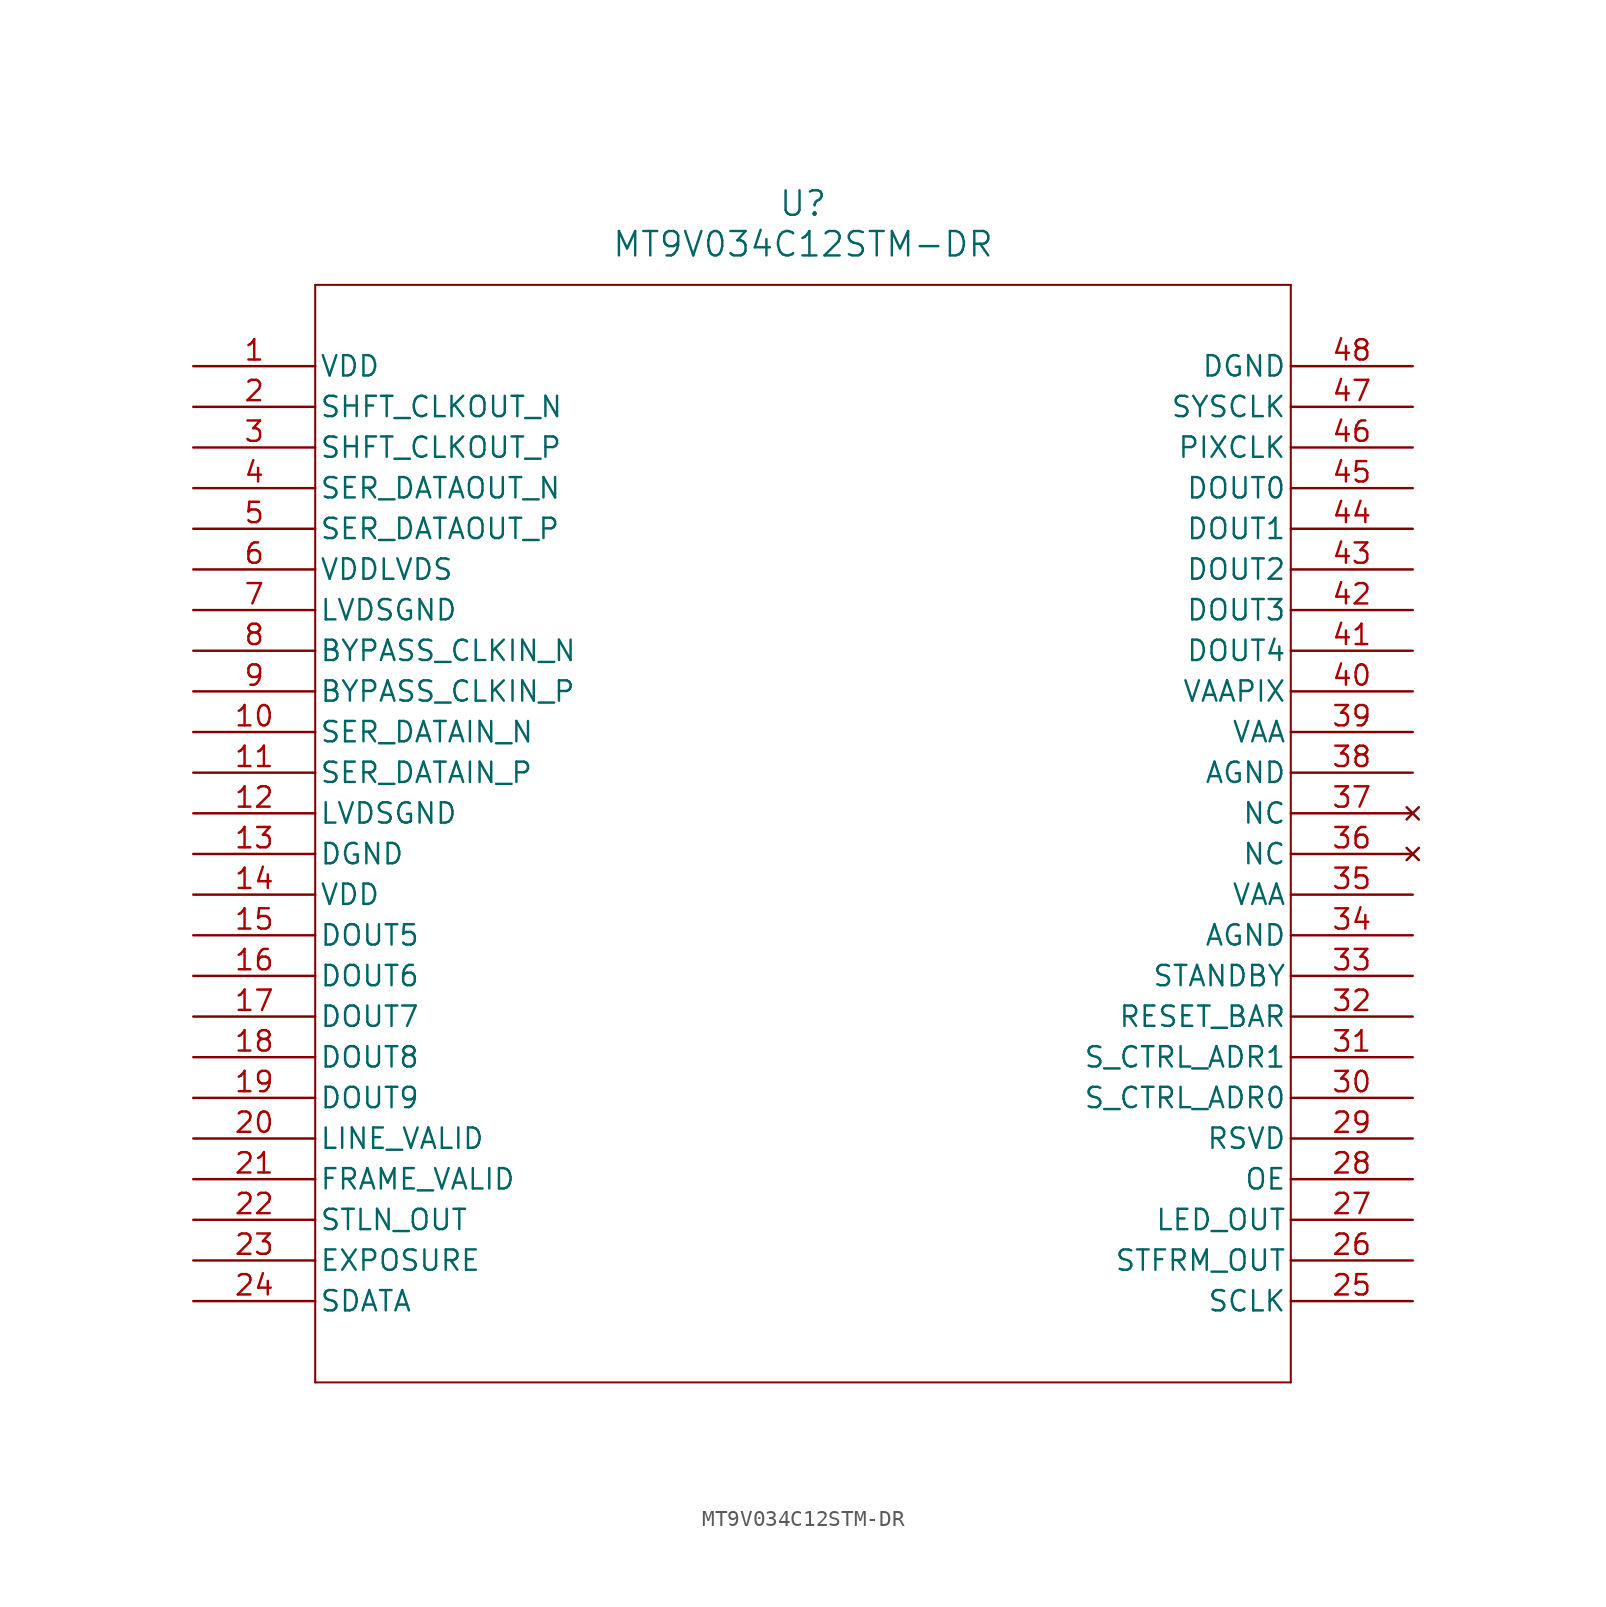
<source format=kicad_sym>
(kicad_symbol_lib
  (version 20211014)
  (generator kicad_symbol_editor)
  (symbol "MT9V034C12STM-DR"
    (pin_names
      (offset 0.254))
    (property "Reference" "U"
      (at 38.1 10.16 0)
      (effects (font (size 1.524 1.524))))
    (property "Value" "MT9V034C12STM-DR"
      (at 38.1 7.62 0)
      (effects (font (size 1.524 1.524))))
    (symbol "MT9V034C12STM-DR_0_1"
      (polyline (pts (xy 7.62 5.08) (xy 7.62 -63.5)) (stroke (width 0.127) (type default) (color 0 0 0 0)) (fill (type none)))
      (polyline (pts (xy 7.62 -63.5) (xy 68.58 -63.5)) (stroke (width 0.127) (type default) (color 0 0 0 0)) (fill (type none)))
      (polyline (pts (xy 68.58 -63.5) (xy 68.58 5.08)) (stroke (width 0.127) (type default) (color 0 0 0 0)) (fill (type none)))
      (polyline (pts (xy 68.58 5.08) (xy 7.62 5.08)) (stroke (width 0.127) (type default) (color 0 0 0 0)) (fill (type none)))
      (pin power_in line (at 0 0 0) (length 7.62) (name "VDD" (effects (font (size 1.27 1.27)))) (number "1" (effects (font (size 1.27 1.27)))))
      (pin output line (at 0 -2.54 0) (length 7.62) (name "SHFT_CLKOUT_N" (effects (font (size 1.27 1.27)))) (number "2" (effects (font (size 1.27 1.27)))))
      (pin output line (at 0 -5.08 0) (length 7.62) (name "SHFT_CLKOUT_P" (effects (font (size 1.27 1.27)))) (number "3" (effects (font (size 1.27 1.27)))))
      (pin output line (at 0 -7.62 0) (length 7.62) (name "SER_DATAOUT_N" (effects (font (size 1.27 1.27)))) (number "4" (effects (font (size 1.27 1.27)))))
      (pin output line (at 0 -10.16 0) (length 7.62) (name "SER_DATAOUT_P" (effects (font (size 1.27 1.27)))) (number "5" (effects (font (size 1.27 1.27)))))
      (pin power_in line (at 0 -12.7 0) (length 7.62) (name "VDDLVDS" (effects (font (size 1.27 1.27)))) (number "6" (effects (font (size 1.27 1.27)))))
      (pin power_out line (at 0 -15.24 0) (length 7.62) (name "LVDSGND" (effects (font (size 1.27 1.27)))) (number "7" (effects (font (size 1.27 1.27)))))
      (pin input line (at 0 -17.78 0) (length 7.62) (name "BYPASS_CLKIN_N" (effects (font (size 1.27 1.27)))) (number "8" (effects (font (size 1.27 1.27)))))
      (pin input line (at 0 -20.32 0) (length 7.62) (name "BYPASS_CLKIN_P" (effects (font (size 1.27 1.27)))) (number "9" (effects (font (size 1.27 1.27)))))
      (pin input line (at 0 -22.86 0) (length 7.62) (name "SER_DATAIN_N" (effects (font (size 1.27 1.27)))) (number "10" (effects (font (size 1.27 1.27)))))
      (pin input line (at 0 -25.4 0) (length 7.62) (name "SER_DATAIN_P" (effects (font (size 1.27 1.27)))) (number "11" (effects (font (size 1.27 1.27)))))
      (pin power_out line (at 0 -27.94 0) (length 7.62) (name "LVDSGND" (effects (font (size 1.27 1.27)))) (number "12" (effects (font (size 1.27 1.27)))))
      (pin power_out line (at 0 -30.48 0) (length 7.62) (name "DGND" (effects (font (size 1.27 1.27)))) (number "13" (effects (font (size 1.27 1.27)))))
      (pin power_in line (at 0 -33.02 0) (length 7.62) (name "VDD" (effects (font (size 1.27 1.27)))) (number "14" (effects (font (size 1.27 1.27)))))
      (pin output line (at 0 -35.56 0) (length 7.62) (name "DOUT5" (effects (font (size 1.27 1.27)))) (number "15" (effects (font (size 1.27 1.27)))))
      (pin output line (at 0 -38.1 0) (length 7.62) (name "DOUT6" (effects (font (size 1.27 1.27)))) (number "16" (effects (font (size 1.27 1.27)))))
      (pin output line (at 0 -40.64 0) (length 7.62) (name "DOUT7" (effects (font (size 1.27 1.27)))) (number "17" (effects (font (size 1.27 1.27)))))
      (pin output line (at 0 -43.18 0) (length 7.62) (name "DOUT8" (effects (font (size 1.27 1.27)))) (number "18" (effects (font (size 1.27 1.27)))))
      (pin output line (at 0 -45.72 0) (length 7.62) (name "DOUT9" (effects (font (size 1.27 1.27)))) (number "19" (effects (font (size 1.27 1.27)))))
      (pin output line (at 0 -48.26 0) (length 7.62) (name "LINE_VALID" (effects (font (size 1.27 1.27)))) (number "20" (effects (font (size 1.27 1.27)))))
      (pin output line (at 0 -50.8 0) (length 7.62) (name "FRAME_VALID" (effects (font (size 1.27 1.27)))) (number "21" (effects (font (size 1.27 1.27)))))
      (pin bidirectional line (at 0 -53.34 0) (length 7.62) (name "STLN_OUT" (effects (font (size 1.27 1.27)))) (number "22" (effects (font (size 1.27 1.27)))))
      (pin input line (at 0 -55.88 0) (length 7.62) (name "EXPOSURE" (effects (font (size 1.27 1.27)))) (number "23" (effects (font (size 1.27 1.27)))))
      (pin bidirectional line (at 0 -58.42 0) (length 7.62) (name "SDATA" (effects (font (size 1.27 1.27)))) (number "24" (effects (font (size 1.27 1.27)))))
      (pin input line (at 76.2 -58.42 180) (length 7.62) (name "SCLK" (effects (font (size 1.27 1.27)))) (number "25" (effects (font (size 1.27 1.27)))))
      (pin bidirectional line (at 76.2 -55.88 180) (length 7.62) (name "STFRM_OUT" (effects (font (size 1.27 1.27)))) (number "26" (effects (font (size 1.27 1.27)))))
      (pin output line (at 76.2 -53.34 180) (length 7.62) (name "LED_OUT" (effects (font (size 1.27 1.27)))) (number "27" (effects (font (size 1.27 1.27)))))
      (pin input line (at 76.2 -50.8 180) (length 7.62) (name "OE" (effects (font (size 1.27 1.27)))) (number "28" (effects (font (size 1.27 1.27)))))
      (pin input line (at 76.2 -48.26 180) (length 7.62) (name "RSVD" (effects (font (size 1.27 1.27)))) (number "29" (effects (font (size 1.27 1.27)))))
      (pin input line (at 76.2 -45.72 180) (length 7.62) (name "S_CTRL_ADR0" (effects (font (size 1.27 1.27)))) (number "30" (effects (font (size 1.27 1.27)))))
      (pin input line (at 76.2 -43.18 180) (length 7.62) (name "S_CTRL_ADR1" (effects (font (size 1.27 1.27)))) (number "31" (effects (font (size 1.27 1.27)))))
      (pin input line (at 76.2 -40.64 180) (length 7.62) (name "RESET_BAR" (effects (font (size 1.27 1.27)))) (number "32" (effects (font (size 1.27 1.27)))))
      (pin input line (at 76.2 -38.1 180) (length 7.62) (name "STANDBY" (effects (font (size 1.27 1.27)))) (number "33" (effects (font (size 1.27 1.27)))))
      (pin power_out line (at 76.2 -35.56 180) (length 7.62) (name "AGND" (effects (font (size 1.27 1.27)))) (number "34" (effects (font (size 1.27 1.27)))))
      (pin power_in line (at 76.2 -33.02 180) (length 7.62) (name "VAA" (effects (font (size 1.27 1.27)))) (number "35" (effects (font (size 1.27 1.27)))))
      (pin no_connect line (at 76.2 -30.48 180) (length 7.62) (name "NC" (effects (font (size 1.27 1.27)))) (number "36" (effects (font (size 1.27 1.27)))))
      (pin no_connect line (at 76.2 -27.94 180) (length 7.62) (name "NC" (effects (font (size 1.27 1.27)))) (number "37" (effects (font (size 1.27 1.27)))))
      (pin power_out line (at 76.2 -25.4 180) (length 7.62) (name "AGND" (effects (font (size 1.27 1.27)))) (number "38" (effects (font (size 1.27 1.27)))))
      (pin power_in line (at 76.2 -22.86 180) (length 7.62) (name "VAA" (effects (font (size 1.27 1.27)))) (number "39" (effects (font (size 1.27 1.27)))))
      (pin power_in line (at 76.2 -20.32 180) (length 7.62) (name "VAAPIX" (effects (font (size 1.27 1.27)))) (number "40" (effects (font (size 1.27 1.27)))))
      (pin output line (at 76.2 -17.78 180) (length 7.62) (name "DOUT4" (effects (font (size 1.27 1.27)))) (number "41" (effects (font (size 1.27 1.27)))))
      (pin output line (at 76.2 -15.24 180) (length 7.62) (name "DOUT3" (effects (font (size 1.27 1.27)))) (number "42" (effects (font (size 1.27 1.27)))))
      (pin output line (at 76.2 -12.7 180) (length 7.62) (name "DOUT2" (effects (font (size 1.27 1.27)))) (number "43" (effects (font (size 1.27 1.27)))))
      (pin output line (at 76.2 -10.16 180) (length 7.62) (name "DOUT1" (effects (font (size 1.27 1.27)))) (number "44" (effects (font (size 1.27 1.27)))))
      (pin output line (at 76.2 -7.62 180) (length 7.62) (name "DOUT0" (effects (font (size 1.27 1.27)))) (number "45" (effects (font (size 1.27 1.27)))))
      (pin output line (at 76.2 -5.08 180) (length 7.62) (name "PIXCLK" (effects (font (size 1.27 1.27)))) (number "46" (effects (font (size 1.27 1.27)))))
      (pin input line (at 76.2 -2.54 180) (length 7.62) (name "SYSCLK" (effects (font (size 1.27 1.27)))) (number "47" (effects (font (size 1.27 1.27)))))
      (pin power_out line (at 76.2 0 180) (length 7.62) (name "DGND" (effects (font (size 1.27 1.27)))) (number "48" (effects (font (size 1.27 1.27))))))))
</source>
